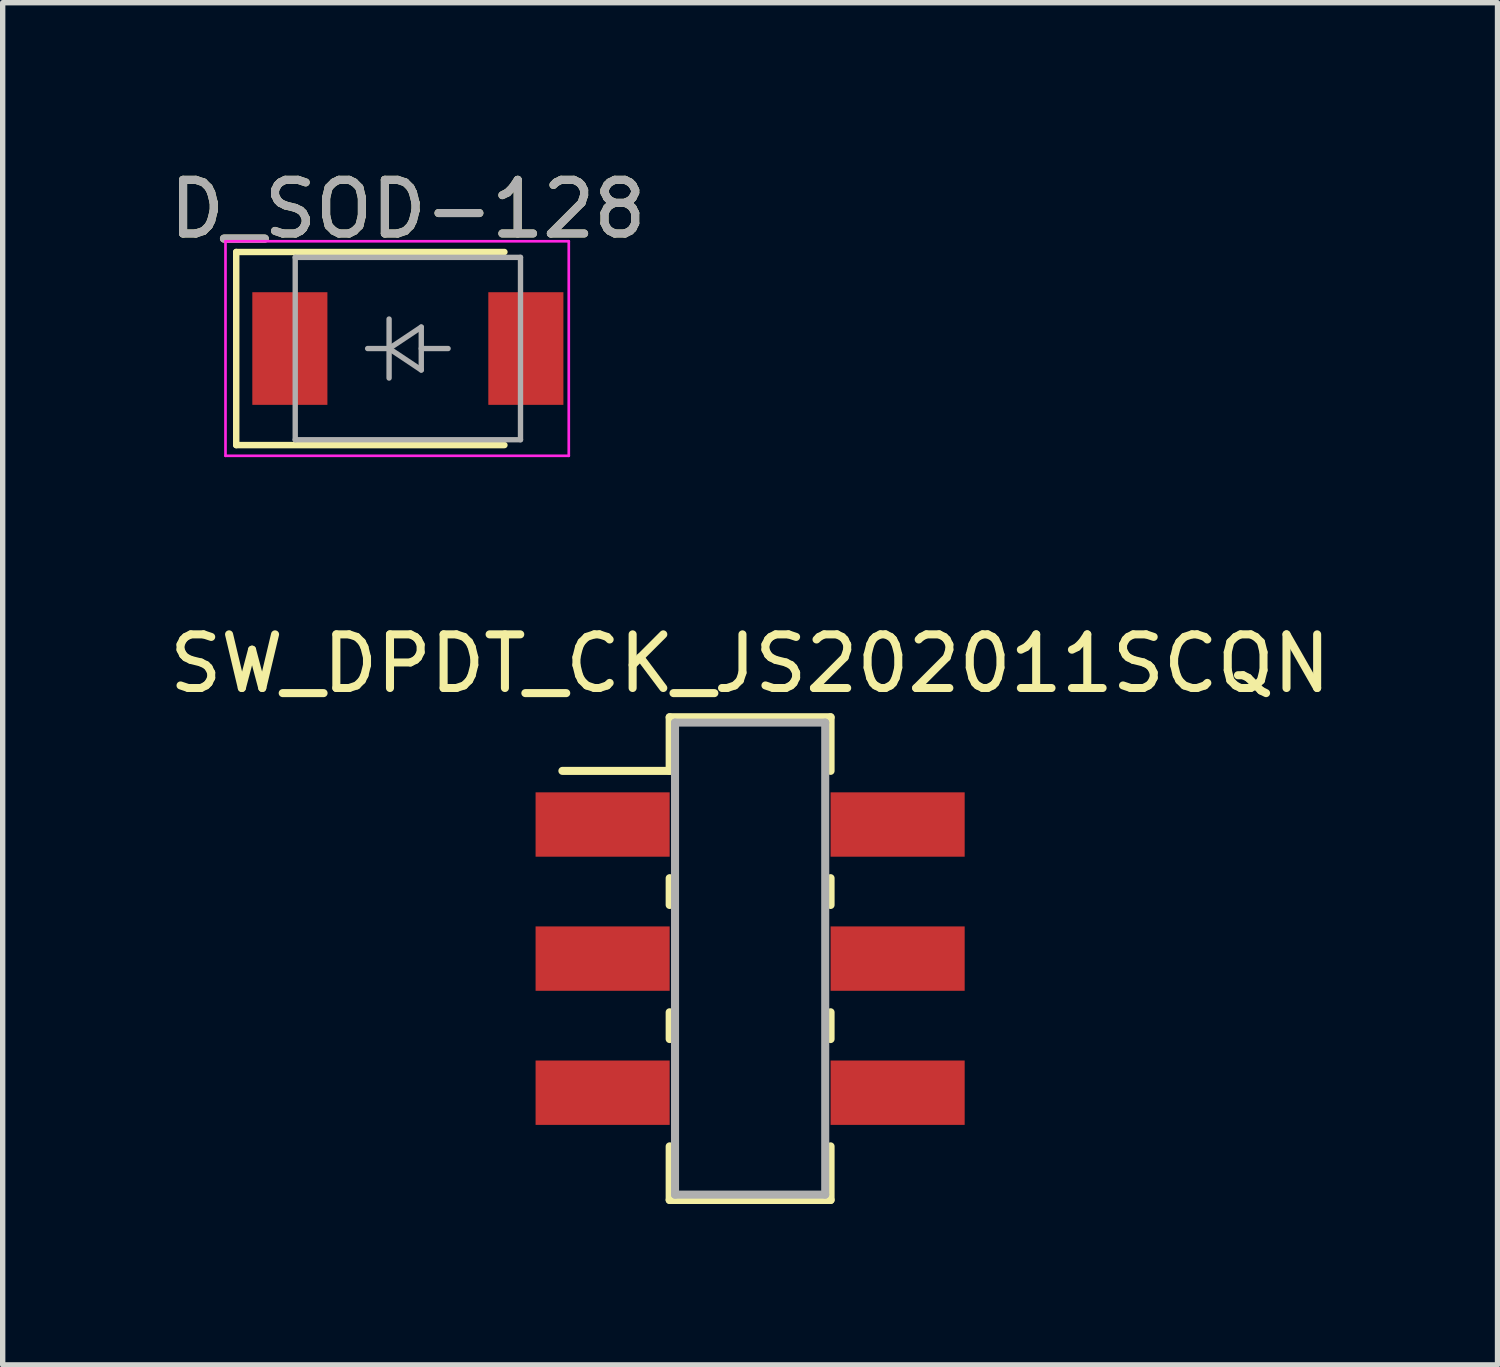
<source format=kicad_pcb>
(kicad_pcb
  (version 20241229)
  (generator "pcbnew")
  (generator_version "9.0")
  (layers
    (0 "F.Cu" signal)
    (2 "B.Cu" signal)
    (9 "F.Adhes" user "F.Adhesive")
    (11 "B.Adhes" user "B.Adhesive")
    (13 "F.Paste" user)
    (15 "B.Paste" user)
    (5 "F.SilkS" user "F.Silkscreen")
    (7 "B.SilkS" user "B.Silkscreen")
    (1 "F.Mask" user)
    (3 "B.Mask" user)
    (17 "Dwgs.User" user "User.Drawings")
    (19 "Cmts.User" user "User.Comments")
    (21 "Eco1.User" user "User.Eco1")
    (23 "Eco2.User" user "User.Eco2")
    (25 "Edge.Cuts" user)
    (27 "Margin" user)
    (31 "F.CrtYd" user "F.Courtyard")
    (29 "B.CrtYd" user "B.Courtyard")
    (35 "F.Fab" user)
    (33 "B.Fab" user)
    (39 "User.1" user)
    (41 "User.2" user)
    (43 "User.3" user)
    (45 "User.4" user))
  (footprint "SW_DPDT_CK_JS202011SCQN"
    (layer "F.Cu")
    (at 10.935 14.822)
    (property "Reference" "SW_DPDT_CK_JS202011SCQN" (at 0 -5.5 0) (layer "F.SilkS") (effects (font (size 1 1) (thickness 0.15))))
    (attr smd)
    (fp_line (start -1.5 -4.5) (end -1.5 -3.5) (stroke (width 0.15) (type solid)) (layer "F.SilkS"))
    (fp_line (start -1.5 -4.5) (end 1.5 -4.5) (stroke (width 0.15) (type solid)) (layer "F.SilkS"))
    (fp_line (start -1.5 -3.5) (end -3.5 -3.5) (stroke (width 0.15) (type solid)) (layer "F.SilkS"))
    (fp_line (start -1.5 -1.5) (end -1.5 -1) (stroke (width 0.15) (type solid)) (layer "F.SilkS"))
    (fp_line (start -1.5 1) (end -1.5 1.5) (stroke (width 0.15) (type solid)) (layer "F.SilkS"))
    (fp_line (start -1.5 4.5) (end -1.5 3.5) (stroke (width 0.15) (type solid)) (layer "F.SilkS"))
    (fp_line (start -1.5 4.5) (end 1.5 4.5) (stroke (width 0.15) (type solid)) (layer "F.SilkS"))
    (fp_line (start 1.5 -4.5) (end 1.5 -3.5) (stroke (width 0.15) (type solid)) (layer "F.SilkS"))
    (fp_line (start 1.5 -1.5) (end 1.5 -1) (stroke (width 0.15) (type solid)) (layer "F.SilkS"))
    (fp_line (start 1.5 1) (end 1.5 1.5) (stroke (width 0.15) (type solid)) (layer "F.SilkS"))
    (fp_line (start 1.5 4.5) (end 1.5 3.5) (stroke (width 0.15) (type solid)) (layer "F.SilkS"))
    (fp_line (start -1.4 -4.4) (end -1.4 4.4) (stroke (width 0.15) (type solid)) (layer "F.Fab"))
    (fp_line (start -1.4 4.4) (end 1.4 4.4) (stroke (width 0.15) (type solid)) (layer "F.Fab"))
    (fp_line (start 1.4 -4.4) (end -1.4 -4.4) (stroke (width 0.15) (type solid)) (layer "F.Fab"))
    (fp_line (start 1.4 4.4) (end 1.4 -4.4) (stroke (width 0.15) (type solid)) (layer "F.Fab"))
    (pad "1" smd rect (at -2.75 -2.5) (size 2.5 1.2) (layers "F.Cu" "F.Mask" "F.Paste"))
    (pad "2" smd rect (at -2.75 0) (size 2.5 1.2) (layers "F.Cu" "F.Mask" "F.Paste"))
    (pad "3" smd rect (at -2.75 2.5) (size 2.5 1.2) (layers "F.Cu" "F.Mask" "F.Paste"))
    (pad "4" smd rect (at 2.75 2.5) (size 2.5 1.2) (layers "F.Cu" "F.Mask" "F.Paste"))
    (pad "5" smd rect (at 2.75 0) (size 2.5 1.2) (layers "F.Cu" "F.Mask" "F.Paste"))
    (pad "6" smd rect (at 2.75 -2.5) (size 2.5 1.2) (layers "F.Cu" "F.Mask" "F.Paste")))
  (footprint "D_SOD-128"
    (layer "F.Cu")
    (at 4.554 3.448)
    (property "Reference" "D_SOD-128" (at 0 -2.6 0) (layer "F.SilkS") (effects (font (size 1 1) (thickness 0.15))))
    (attr smd)
    (fp_line (start -3.2 -1.8) (end -3.2 1.8) (stroke (width 0.12) (type solid)) (layer "F.SilkS"))
    (fp_line (start -3.2 -1.8) (end 1.8 -1.8) (stroke (width 0.12) (type solid)) (layer "F.SilkS"))
    (fp_line (start -3.2 1.8) (end 1.8 1.8) (stroke (width 0.12) (type solid)) (layer "F.SilkS"))
    (fp_line (start -3.4 -2) (end -3.4 2) (stroke (width 0.05) (type solid)) (layer "F.CrtYd"))
    (fp_line (start -3.4 -2) (end 3 -2) (stroke (width 0.05) (type solid)) (layer "F.CrtYd"))
    (fp_line (start 3 -2) (end 3 2) (stroke (width 0.05) (type solid)) (layer "F.CrtYd"))
    (fp_line (start 3 2) (end -3.4 2) (stroke (width 0.05) (type solid)) (layer "F.CrtYd"))
    (fp_line (start -2.1 -1.7) (end 2.1 -1.7) (stroke (width 0.1) (type solid)) (layer "F.Fab"))
    (fp_line (start -2.1 1.7) (end -2.1 -1.7) (stroke (width 0.1) (type solid)) (layer "F.Fab"))
    (fp_line (start -0.75 0) (end -0.35 0) (stroke (width 0.1) (type solid)) (layer "F.Fab"))
    (fp_line (start -0.35 0) (end -0.35 -0.55) (stroke (width 0.1) (type solid)) (layer "F.Fab"))
    (fp_line (start -0.35 0) (end -0.35 0.55) (stroke (width 0.1) (type solid)) (layer "F.Fab"))
    (fp_line (start -0.35 0) (end 0.25 -0.4) (stroke (width 0.1) (type solid)) (layer "F.Fab"))
    (fp_line (start 0.25 -0.4) (end 0.25 0.4) (stroke (width 0.1) (type solid)) (layer "F.Fab"))
    (fp_line (start 0.25 0) (end 0.75 0) (stroke (width 0.1) (type solid)) (layer "F.Fab"))
    (fp_line (start 0.25 0.4) (end -0.35 0) (stroke (width 0.1) (type solid)) (layer "F.Fab"))
    (fp_line (start 2.1 -1.7) (end 2.1 1.7) (stroke (width 0.1) (type solid)) (layer "F.Fab"))
    (fp_line (start 2.1 1.7) (end -2.1 1.7) (stroke (width 0.1) (type solid)) (layer "F.Fab"))
    (fp_text user "${REFERENCE}" (at 0 -2.6 0) (layer "F.Fab") (effects (font (size 1 1) (thickness 0.15))))
    (pad "1" smd rect (at -2.2 0) (size 1.4 2.1) (layers "F.Cu" "F.Mask" "F.Paste"))
    (pad "2" smd rect (at 2.2 0) (size 1.4 2.1) (layers "F.Cu" "F.Mask" "F.Paste")))
  (gr_rect
    (start -3 -3)
    (end 24.869 22.396)
    (stroke (width 0.1) (type default))
    (fill no)
    (layer "Edge.Cuts")))
</source>
